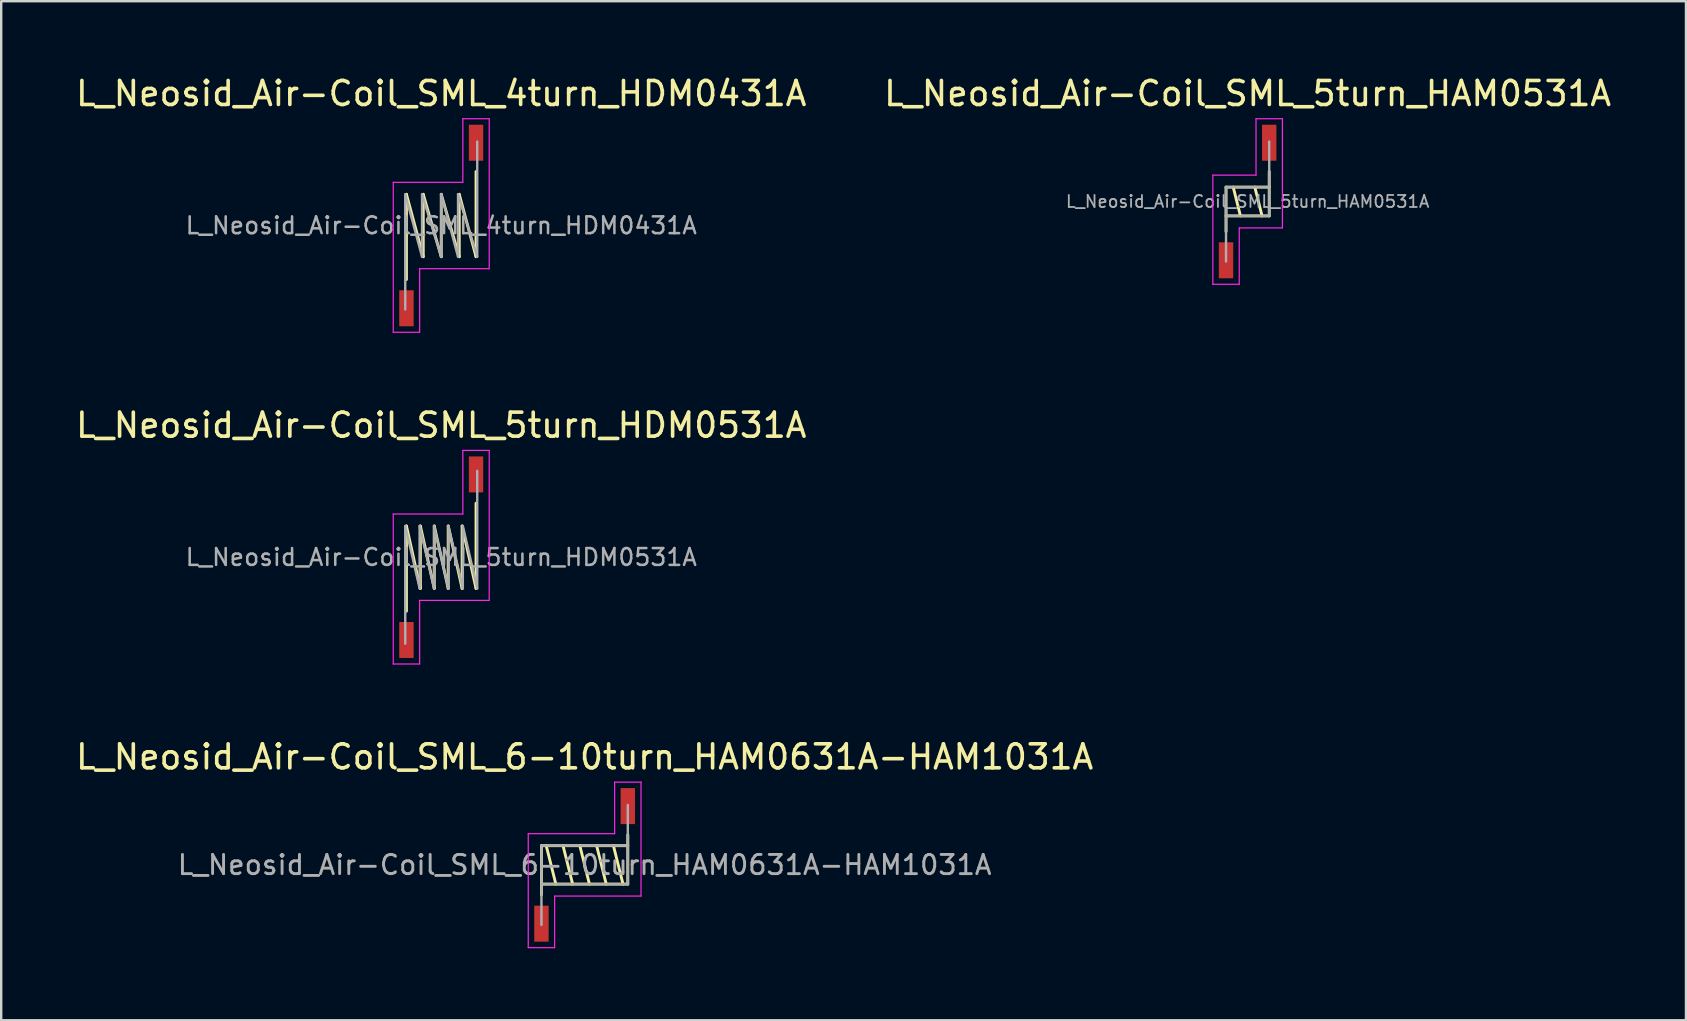
<source format=kicad_pcb>
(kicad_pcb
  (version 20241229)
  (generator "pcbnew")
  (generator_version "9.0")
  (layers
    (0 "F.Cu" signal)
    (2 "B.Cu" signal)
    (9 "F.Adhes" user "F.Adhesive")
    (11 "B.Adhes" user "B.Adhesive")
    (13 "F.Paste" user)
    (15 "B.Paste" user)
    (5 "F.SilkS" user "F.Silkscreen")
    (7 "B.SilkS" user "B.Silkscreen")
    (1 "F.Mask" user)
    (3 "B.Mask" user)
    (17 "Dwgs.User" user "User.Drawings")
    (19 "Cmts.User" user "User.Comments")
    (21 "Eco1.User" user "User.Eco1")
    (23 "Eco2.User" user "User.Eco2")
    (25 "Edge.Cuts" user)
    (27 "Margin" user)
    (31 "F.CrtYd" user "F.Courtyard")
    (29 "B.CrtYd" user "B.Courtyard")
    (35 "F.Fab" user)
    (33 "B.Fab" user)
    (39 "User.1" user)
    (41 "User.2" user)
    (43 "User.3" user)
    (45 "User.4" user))
  (footprint "L_Neosid_Air-Coil_SML_5turn_HAM0531A"
    (layer "F.Cu")
    (at 48.946 5.348)
    (property "Reference" "L_Neosid_Air-Coil_SML_5turn_HAM0531A" (at 0 -4.5 0) (layer "F.SilkS") (effects (font (size 1 1) (thickness 0.15))))
    (attr smd)
    (fp_line (start -0.9 -0.6) (end 0.9 -0.6) (stroke (width 0.12) (type solid)) (layer "F.SilkS"))
    (fp_line (start -0.9 1.25) (end -0.9 -0.6) (stroke (width 0.12) (type solid)) (layer "F.SilkS"))
    (fp_line (start -0.6 -0.6) (end -0.3 0.6) (stroke (width 0.12) (type solid)) (layer "F.SilkS"))
    (fp_line (start 0.3 -0.6) (end 0.6 0.6) (stroke (width 0.12) (type solid)) (layer "F.SilkS"))
    (fp_line (start 0.9 0.6) (end -0.9 0.6) (stroke (width 0.12) (type solid)) (layer "F.SilkS"))
    (fp_line (start 0.9 0.6) (end 0.9 -1.25) (stroke (width 0.12) (type solid)) (layer "F.SilkS"))
    (fp_line (start -1.45 -1.1) (end -1.45 3.45) (stroke (width 0.05) (type solid)) (layer "F.CrtYd"))
    (fp_line (start -1.45 3.45) (end -0.35 3.45) (stroke (width 0.05) (type solid)) (layer "F.CrtYd"))
    (fp_line (start -0.35 1.1) (end 1.45 1.1) (stroke (width 0.05) (type solid)) (layer "F.CrtYd"))
    (fp_line (start -0.35 3.45) (end -0.35 1.1) (stroke (width 0.05) (type solid)) (layer "F.CrtYd"))
    (fp_line (start 0.35 -3.45) (end 0.35 -1.1) (stroke (width 0.05) (type solid)) (layer "F.CrtYd"))
    (fp_line (start 0.35 -1.1) (end -1.45 -1.1) (stroke (width 0.05) (type solid)) (layer "F.CrtYd"))
    (fp_line (start 1.45 -3.45) (end 0.35 -3.45) (stroke (width 0.05) (type solid)) (layer "F.CrtYd"))
    (fp_line (start 1.45 1.1) (end 1.45 -3.45) (stroke (width 0.05) (type solid)) (layer "F.CrtYd"))
    (fp_line (start -0.9 -0.6) (end 0.9 -0.6) (stroke (width 0.1) (type solid)) (layer "F.Fab"))
    (fp_line (start -0.9 2.5) (end -0.9 -0.6) (stroke (width 0.1) (type solid)) (layer "F.Fab"))
    (fp_line (start 0.9 -2.5) (end 0.9 0.6) (stroke (width 0.1) (type solid)) (layer "F.Fab"))
    (fp_line (start 0.9 0.6) (end -0.9 0.6) (stroke (width 0.1) (type solid)) (layer "F.Fab"))
    (fp_text user "${REFERENCE}" (at 0 0 0) (layer "F.Fab") (effects (font (size 0.5 0.5) (thickness 0.075))))
    (pad "1" smd rect (at -0.9 2.45) (size 0.6 1.5) (layers "F.Cu" "F.Mask" "F.Paste"))
    (pad "2" smd rect (at 0.9 -2.45) (size 0.6 1.5) (layers "F.Cu" "F.Mask" "F.Paste")))
  (footprint "L_Neosid_Air-Coil_SML_6-10turn_HAM0631A-HAM1031A"
    (layer "F.Cu")
    (at 21.315 32.995)
    (property "Reference" "L_Neosid_Air-Coil_SML_6-10turn_HAM0631A-HAM1031A" (at 0 -4.5 0) (layer "F.SilkS") (effects (font (size 1 1) (thickness 0.15))))
    (attr smd)
    (fp_line (start -1.8 -0.8) (end -1.8 1.25) (stroke (width 0.12) (type solid)) (layer "F.SilkS"))
    (fp_line (start -1.8 -0.8) (end 1.8 -0.8) (stroke (width 0.12) (type solid)) (layer "F.SilkS"))
    (fp_line (start -1.6 -0.8) (end -1.2 0.8) (stroke (width 0.12) (type solid)) (layer "F.SilkS"))
    (fp_line (start -0.9 -0.8) (end -0.5 0.8) (stroke (width 0.12) (type solid)) (layer "F.SilkS"))
    (fp_line (start -0.2 -0.8) (end 0.2 0.8) (stroke (width 0.12) (type solid)) (layer "F.SilkS"))
    (fp_line (start 0.5 -0.8) (end 0.9 0.8) (stroke (width 0.12) (type solid)) (layer "F.SilkS"))
    (fp_line (start 1.2 -0.8) (end 1.6 0.8) (stroke (width 0.12) (type solid)) (layer "F.SilkS"))
    (fp_line (start 1.8 0.8) (end -1.8 0.8) (stroke (width 0.12) (type solid)) (layer "F.SilkS"))
    (fp_line (start 1.8 0.8) (end 1.8 -1.25) (stroke (width 0.12) (type solid)) (layer "F.SilkS"))
    (fp_line (start -2.35 -1.3) (end -2.35 3.45) (stroke (width 0.05) (type solid)) (layer "F.CrtYd"))
    (fp_line (start -2.35 3.45) (end -1.25 3.45) (stroke (width 0.05) (type solid)) (layer "F.CrtYd"))
    (fp_line (start -1.25 1.3) (end 2.35 1.3) (stroke (width 0.05) (type solid)) (layer "F.CrtYd"))
    (fp_line (start -1.25 3.45) (end -1.25 1.3) (stroke (width 0.05) (type solid)) (layer "F.CrtYd"))
    (fp_line (start 1.25 -3.45) (end 1.25 -1.3) (stroke (width 0.05) (type solid)) (layer "F.CrtYd"))
    (fp_line (start 1.25 -1.3) (end -2.35 -1.3) (stroke (width 0.05) (type solid)) (layer "F.CrtYd"))
    (fp_line (start 2.35 -3.45) (end 1.25 -3.45) (stroke (width 0.05) (type solid)) (layer "F.CrtYd"))
    (fp_line (start 2.35 1.3) (end 2.35 -3.45) (stroke (width 0.05) (type solid)) (layer "F.CrtYd"))
    (fp_line (start -1.8 -0.8) (end -1.8 2.5) (stroke (width 0.1) (type solid)) (layer "F.Fab"))
    (fp_line (start -1.8 -0.8) (end 1.8 -0.8) (stroke (width 0.1) (type solid)) (layer "F.Fab"))
    (fp_line (start 1.8 0.8) (end -1.8 0.8) (stroke (width 0.1) (type solid)) (layer "F.Fab"))
    (fp_line (start 1.8 0.8) (end 1.8 -2.5) (stroke (width 0.1) (type solid)) (layer "F.Fab"))
    (fp_text user "${REFERENCE}" (at 0 0 0) (layer "F.Fab") (effects (font (size 0.8 0.8) (thickness 0.12))))
    (pad "1" smd rect (at -1.8 2.45) (size 0.6 1.5) (layers "F.Cu" "F.Mask" "F.Paste"))
    (pad "2" smd rect (at 1.8 -2.45) (size 0.6 1.5) (layers "F.Cu" "F.Mask" "F.Paste")))
  (footprint "L_Neosid_Air-Coil_SML_5turn_HDM0531A"
    (layer "F.Cu")
    (at 15.339 20.172)
    (property "Reference" "L_Neosid_Air-Coil_SML_5turn_HDM0531A" (at 0 -5.5 0) (layer "F.SilkS") (effects (font (size 1 1) (thickness 0.15))))
    (attr smd)
    (fp_line (start -1.45 -1.3) (end -1.45 2.25) (stroke (width 0.12) (type solid)) (layer "F.SilkS"))
    (fp_line (start -1.45 -1.3) (end -0.87 1.3) (stroke (width 0.12) (type solid)) (layer "F.SilkS"))
    (fp_line (start -0.87 -1.3) (end -0.87 1.3) (stroke (width 0.12) (type solid)) (layer "F.SilkS"))
    (fp_line (start -0.87 -1.3) (end -0.29 1.3) (stroke (width 0.12) (type solid)) (layer "F.SilkS"))
    (fp_line (start -0.29 -1.3) (end -0.29 1.3) (stroke (width 0.12) (type solid)) (layer "F.SilkS"))
    (fp_line (start -0.29 -1.3) (end 0.29 1.3) (stroke (width 0.12) (type solid)) (layer "F.SilkS"))
    (fp_line (start 0.29 -1.3) (end 0.29 1.3) (stroke (width 0.12) (type solid)) (layer "F.SilkS"))
    (fp_line (start 0.29 -1.3) (end 0.87 1.3) (stroke (width 0.12) (type solid)) (layer "F.SilkS"))
    (fp_line (start 0.87 -1.3) (end 0.87 1.3) (stroke (width 0.12) (type solid)) (layer "F.SilkS"))
    (fp_line (start 0.87 -1.3) (end 1.45 1.3) (stroke (width 0.12) (type solid)) (layer "F.SilkS"))
    (fp_line (start 1.45 1.3) (end 1.45 -2.25) (stroke (width 0.12) (type solid)) (layer "F.SilkS"))
    (fp_line (start -2 -1.8) (end -2 4.45) (stroke (width 0.05) (type solid)) (layer "F.CrtYd"))
    (fp_line (start -2 4.45) (end -0.9 4.45) (stroke (width 0.05) (type solid)) (layer "F.CrtYd"))
    (fp_line (start -0.9 1.8) (end 2 1.8) (stroke (width 0.05) (type solid)) (layer "F.CrtYd"))
    (fp_line (start -0.9 4.45) (end -0.9 1.8) (stroke (width 0.05) (type solid)) (layer "F.CrtYd"))
    (fp_line (start 0.9 -4.45) (end 0.9 -1.8) (stroke (width 0.05) (type solid)) (layer "F.CrtYd"))
    (fp_line (start 0.9 -1.8) (end -2 -1.8) (stroke (width 0.05) (type solid)) (layer "F.CrtYd"))
    (fp_line (start 2 -4.45) (end 0.9 -4.45) (stroke (width 0.05) (type solid)) (layer "F.CrtYd"))
    (fp_line (start 2 1.8) (end 2 -4.45) (stroke (width 0.05) (type solid)) (layer "F.CrtYd"))
    (fp_line (start -1.5 -1.3) (end -0.9 1.3) (stroke (width 0.1) (type solid)) (layer "F.Fab"))
    (fp_line (start -1.5 3.6) (end -1.5 -1.3) (stroke (width 0.1) (type solid)) (layer "F.Fab"))
    (fp_line (start -0.9 -1.3) (end -0.3 1.3) (stroke (width 0.1) (type solid)) (layer "F.Fab"))
    (fp_line (start -0.9 1.3) (end -0.9 -1.3) (stroke (width 0.1) (type solid)) (layer "F.Fab"))
    (fp_line (start -0.3 -1.3) (end 0.3 1.3) (stroke (width 0.1) (type solid)) (layer "F.Fab"))
    (fp_line (start -0.3 1.3) (end -0.3 -1.3) (stroke (width 0.1) (type solid)) (layer "F.Fab"))
    (fp_line (start 0.3 -1.3) (end 0.9 1.3) (stroke (width 0.1) (type solid)) (layer "F.Fab"))
    (fp_line (start 0.3 1.3) (end 0.3 -1.3) (stroke (width 0.1) (type solid)) (layer "F.Fab"))
    (fp_line (start 0.9 -1.3) (end 1.5 1.3) (stroke (width 0.1) (type solid)) (layer "F.Fab"))
    (fp_line (start 0.9 1.3) (end 0.9 -1.3) (stroke (width 0.1) (type solid)) (layer "F.Fab"))
    (fp_line (start 1.5 1.3) (end 1.5 -3.6) (stroke (width 0.1) (type solid)) (layer "F.Fab"))
    (fp_text user "${REFERENCE}" (at 0 0 0) (layer "F.Fab") (effects (font (size 0.7 0.7) (thickness 0.105))))
    (pad "1" smd rect (at -1.45 3.45) (size 0.6 1.5) (layers "F.Cu" "F.Mask" "F.Paste"))
    (pad "2" smd rect (at 1.45 -3.45) (size 0.6 1.5) (layers "F.Cu" "F.Mask" "F.Paste")))
  (footprint "L_Neosid_Air-Coil_SML_4turn_HDM0431A"
    (layer "F.Cu")
    (at 15.339 6.348)
    (property "Reference" "L_Neosid_Air-Coil_SML_4turn_HDM0431A" (at 0 -5.5 0) (layer "F.SilkS") (effects (font (size 1 1) (thickness 0.15))))
    (attr smd)
    (fp_line (start -1.45 -1.3) (end -1.45 2.25) (stroke (width 0.12) (type solid)) (layer "F.SilkS"))
    (fp_line (start -1.45 -1.3) (end -0.75 1.3) (stroke (width 0.12) (type solid)) (layer "F.SilkS"))
    (fp_line (start -0.75 -1.3) (end -0.75 1.3) (stroke (width 0.12) (type solid)) (layer "F.SilkS"))
    (fp_line (start -0.75 -1.3) (end 0 1.3) (stroke (width 0.12) (type solid)) (layer "F.SilkS"))
    (fp_line (start 0 -1.3) (end 0 1.3) (stroke (width 0.12) (type solid)) (layer "F.SilkS"))
    (fp_line (start 0 -1.3) (end 0.75 1.3) (stroke (width 0.12) (type solid)) (layer "F.SilkS"))
    (fp_line (start 0.75 -1.3) (end 0.75 1.3) (stroke (width 0.12) (type solid)) (layer "F.SilkS"))
    (fp_line (start 0.75 -1.3) (end 1.45 1.3) (stroke (width 0.12) (type solid)) (layer "F.SilkS"))
    (fp_line (start 1.45 1.3) (end 1.45 -2.25) (stroke (width 0.12) (type solid)) (layer "F.SilkS"))
    (fp_line (start -2 -1.8) (end -2 4.45) (stroke (width 0.05) (type solid)) (layer "F.CrtYd"))
    (fp_line (start -2 4.45) (end -0.9 4.45) (stroke (width 0.05) (type solid)) (layer "F.CrtYd"))
    (fp_line (start -0.9 1.8) (end 2 1.8) (stroke (width 0.05) (type solid)) (layer "F.CrtYd"))
    (fp_line (start -0.9 4.45) (end -0.9 1.8) (stroke (width 0.05) (type solid)) (layer "F.CrtYd"))
    (fp_line (start 0.9 -4.45) (end 0.9 -1.8) (stroke (width 0.05) (type solid)) (layer "F.CrtYd"))
    (fp_line (start 0.9 -1.8) (end -2 -1.8) (stroke (width 0.05) (type solid)) (layer "F.CrtYd"))
    (fp_line (start 2 -4.45) (end 0.9 -4.45) (stroke (width 0.05) (type solid)) (layer "F.CrtYd"))
    (fp_line (start 2 1.8) (end 2 -4.45) (stroke (width 0.05) (type solid)) (layer "F.CrtYd"))
    (fp_line (start -1.5 -1.3) (end -0.8 1.3) (stroke (width 0.1) (type solid)) (layer "F.Fab"))
    (fp_line (start -1.5 3.5) (end -1.5 -1.3) (stroke (width 0.1) (type solid)) (layer "F.Fab"))
    (fp_line (start -0.8 -1.3) (end 0 1.3) (stroke (width 0.1) (type solid)) (layer "F.Fab"))
    (fp_line (start -0.8 1.3) (end -0.8 -1.3) (stroke (width 0.1) (type solid)) (layer "F.Fab"))
    (fp_line (start 0 -1.3) (end 0.7 1.3) (stroke (width 0.1) (type solid)) (layer "F.Fab"))
    (fp_line (start 0 1.3) (end 0 -1.3) (stroke (width 0.1) (type solid)) (layer "F.Fab"))
    (fp_line (start 0.7 -1.3) (end 1.5 1.3) (stroke (width 0.1) (type solid)) (layer "F.Fab"))
    (fp_line (start 0.7 1.3) (end 0.7 -1.3) (stroke (width 0.1) (type solid)) (layer "F.Fab"))
    (fp_line (start 1.5 1.3) (end 1.5 -3.5) (stroke (width 0.1) (type solid)) (layer "F.Fab"))
    (fp_text user "${REFERENCE}" (at 0 0 0) (layer "F.Fab") (effects (font (size 0.7 0.7) (thickness 0.105))))
    (pad "1" smd rect (at -1.45 3.45) (size 0.6 1.5) (layers "F.Cu" "F.Mask" "F.Paste"))
    (pad "2" smd rect (at 1.45 -3.45) (size 0.6 1.5) (layers "F.Cu" "F.Mask" "F.Paste")))
  (gr_rect
    (start -3 -3)
    (end 67.214 39.47)
    (stroke (width 0.1) (type default))
    (fill no)
    (layer "Edge.Cuts")))
</source>
